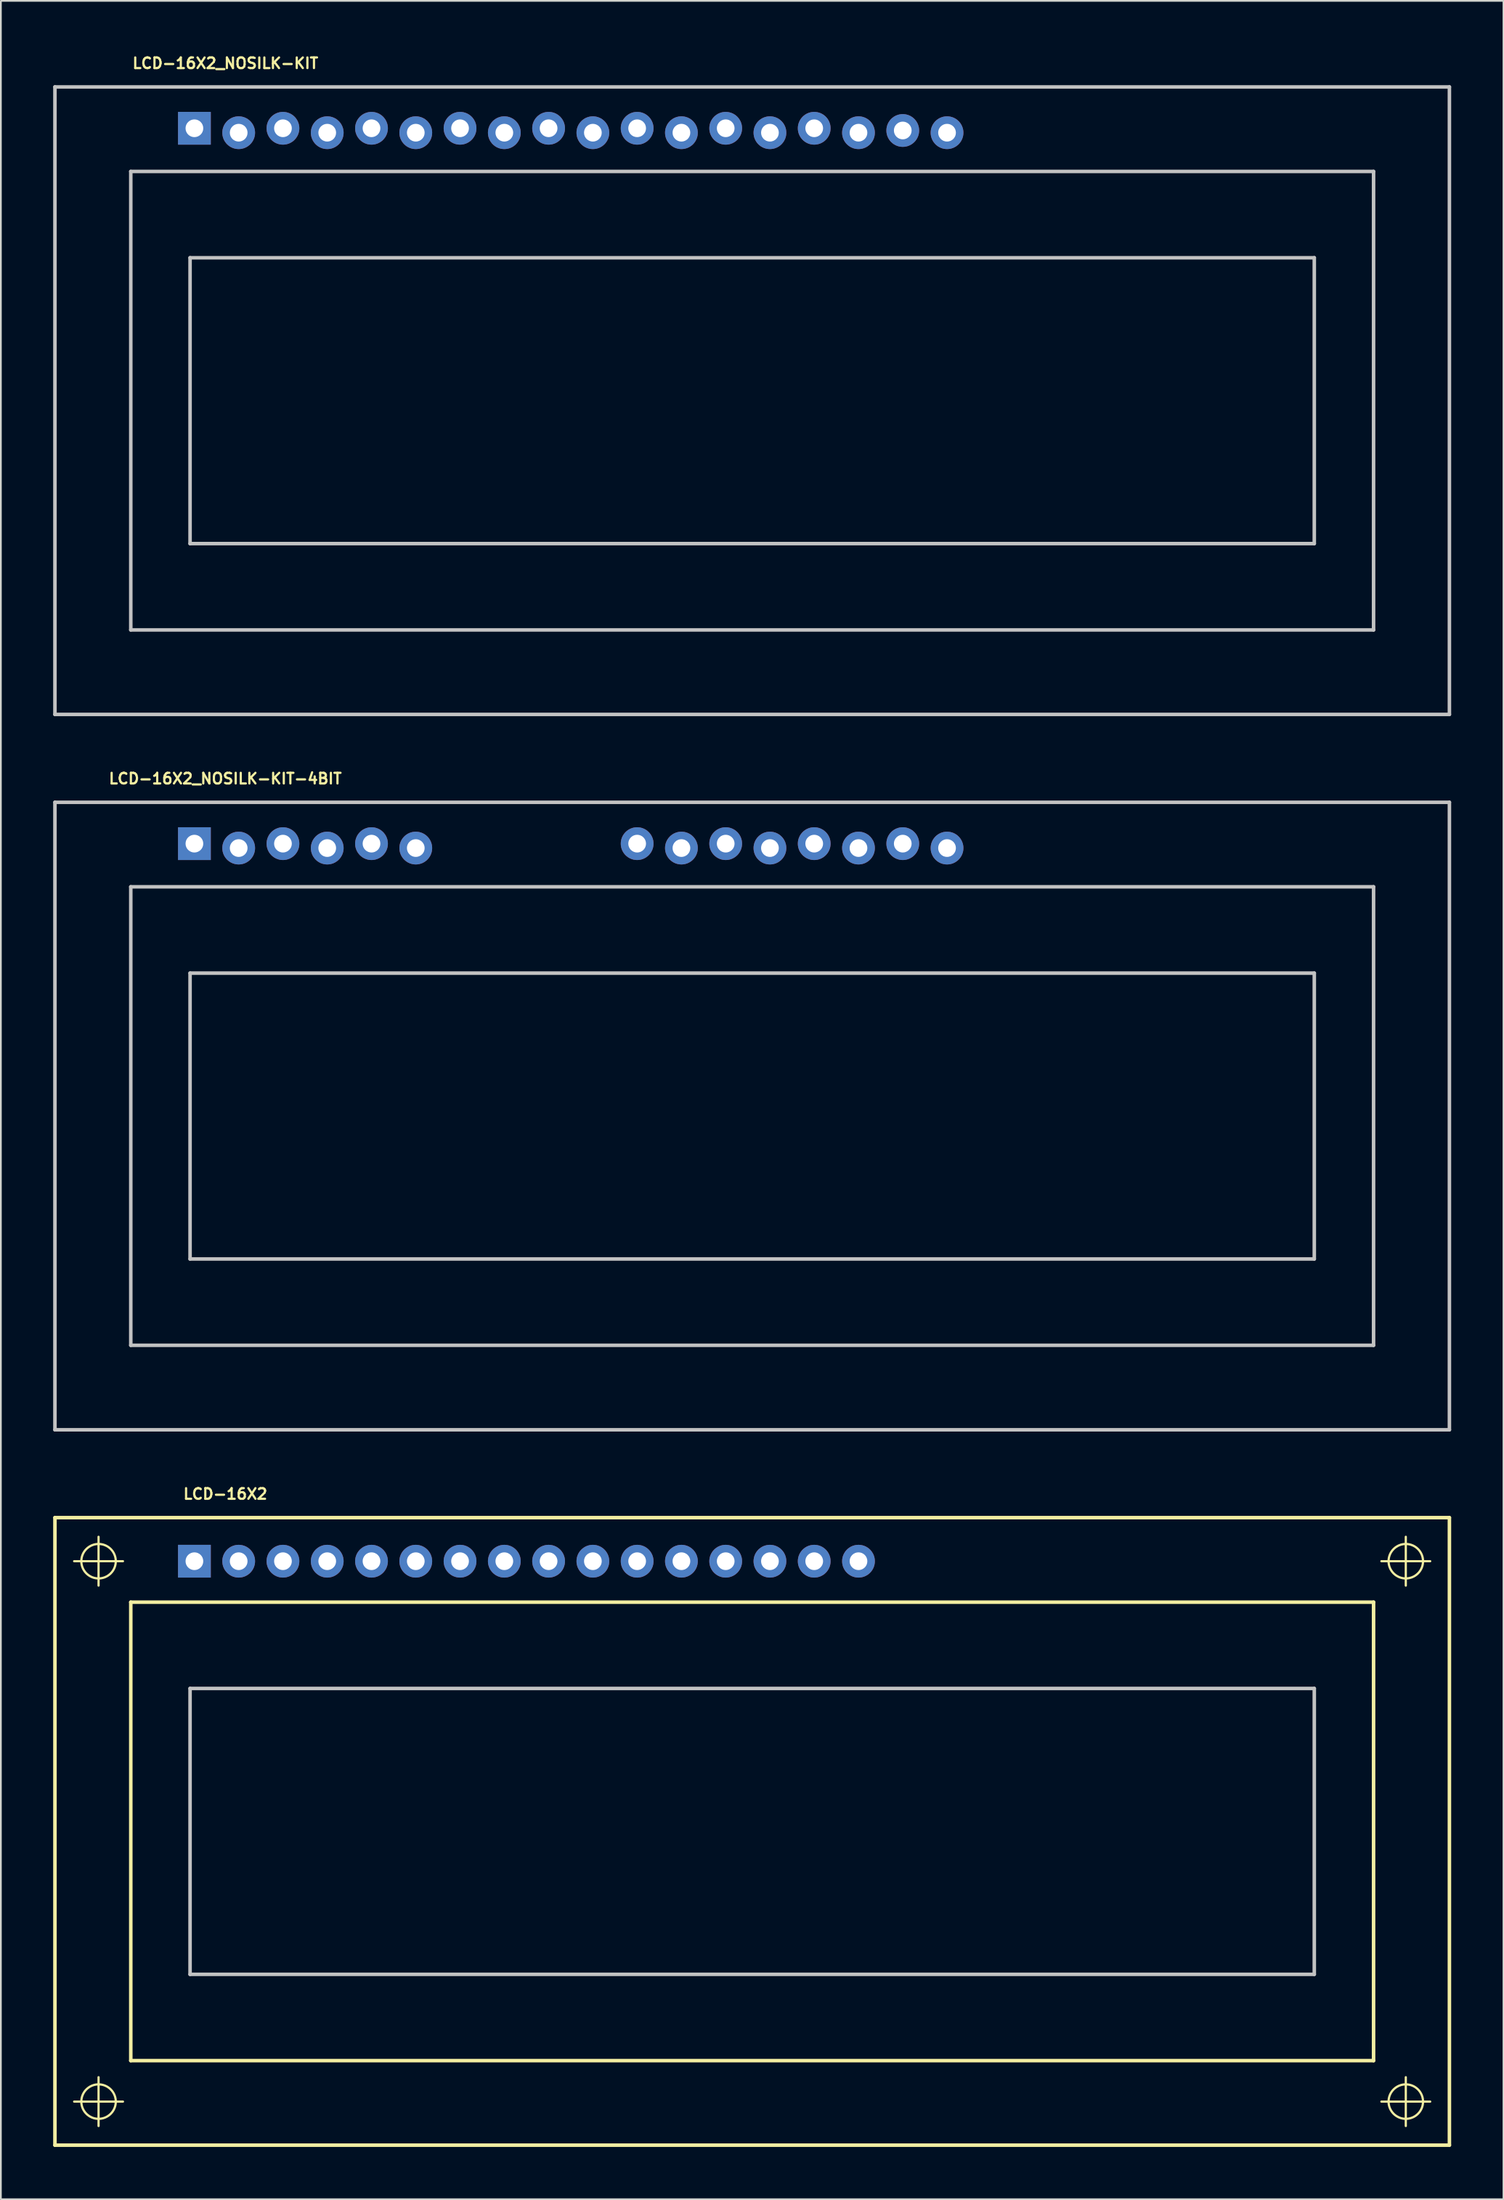
<source format=kicad_pcb>
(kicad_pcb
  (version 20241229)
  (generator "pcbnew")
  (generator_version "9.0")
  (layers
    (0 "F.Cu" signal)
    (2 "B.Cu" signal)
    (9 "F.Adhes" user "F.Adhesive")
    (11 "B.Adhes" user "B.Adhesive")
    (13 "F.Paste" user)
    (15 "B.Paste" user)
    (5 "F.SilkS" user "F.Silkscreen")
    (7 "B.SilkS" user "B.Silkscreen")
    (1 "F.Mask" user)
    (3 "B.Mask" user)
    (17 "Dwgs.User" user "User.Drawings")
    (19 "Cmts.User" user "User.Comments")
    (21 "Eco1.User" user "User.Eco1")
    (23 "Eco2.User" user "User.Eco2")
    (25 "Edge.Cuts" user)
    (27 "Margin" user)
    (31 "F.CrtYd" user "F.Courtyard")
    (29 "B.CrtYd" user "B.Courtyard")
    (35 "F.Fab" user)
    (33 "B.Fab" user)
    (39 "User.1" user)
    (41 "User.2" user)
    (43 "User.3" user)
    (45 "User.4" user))
  (footprint "LCD-16X2_NOSILK-KIT"
    (layer "F.Cu")
    (at 38.832 18.664)
    (property "Reference" "LCD-16X2_NOSILK-KIT" (at -28.953 -18.085 0) (layer "F.SilkS") (effects (font (size 0.61 0.61) (thickness 0.127))))
    (attr exclude_from_pos_files exclude_from_bom)
    (fp_line (start -38.73 -16.728) (end 41.27 -16.728) (stroke (width 0.203) (type solid)) (layer "Dwgs.User"))
    (fp_line (start -38.73 19.268) (end -38.73 -16.728) (stroke (width 0.203) (type solid)) (layer "Dwgs.User"))
    (fp_line (start -34.379 -11.88) (end 36.919 -11.88) (stroke (width 0.203) (type solid)) (layer "Dwgs.User"))
    (fp_line (start -34.379 14.42) (end -34.379 -11.88) (stroke (width 0.203) (type solid)) (layer "Dwgs.User"))
    (fp_line (start -30.978 -6.929) (end 33.518 -6.929) (stroke (width 0.203) (type solid)) (layer "Dwgs.User"))
    (fp_line (start -30.978 9.469) (end -30.978 -6.929) (stroke (width 0.203) (type solid)) (layer "Dwgs.User"))
    (fp_line (start 33.518 -6.929) (end 33.518 9.469) (stroke (width 0.203) (type solid)) (layer "Dwgs.User"))
    (fp_line (start 33.518 9.469) (end -30.978 9.469) (stroke (width 0.203) (type solid)) (layer "Dwgs.User"))
    (fp_line (start 36.919 -11.88) (end 36.919 14.42) (stroke (width 0.203) (type solid)) (layer "Dwgs.User"))
    (fp_line (start 36.919 14.42) (end -34.379 14.42) (stroke (width 0.203) (type solid)) (layer "Dwgs.User"))
    (fp_line (start 41.27 -16.728) (end 41.27 19.268) (stroke (width 0.203) (type solid)) (layer "Dwgs.User"))
    (fp_line (start 41.27 19.268) (end -38.73 19.268) (stroke (width 0.203) (type solid)) (layer "Dwgs.User"))
    (pad "1" thru_hole rect (at -30.729 -14.356) (size 1.88 1.88) (drill 1.016) (layers "*.Cu" "*.Paste" "*.Mask"))
    (pad "2" thru_hole circle (at -28.189 -14.102) (size 1.88 1.88) (drill 1.016) (layers "*.Cu" "*.Paste" "*.Mask"))
    (pad "3" thru_hole circle (at -25.649 -14.356) (size 1.88 1.88) (drill 1.016) (layers "*.Cu" "*.Paste" "*.Mask"))
    (pad "4" thru_hole circle (at -23.109 -14.102) (size 1.88 1.88) (drill 1.016) (layers "*.Cu" "*.Paste" "*.Mask"))
    (pad "5" thru_hole circle (at -20.569 -14.356) (size 1.88 1.88) (drill 1.016) (layers "*.Cu" "*.Paste" "*.Mask"))
    (pad "6" thru_hole circle (at -18.029 -14.102) (size 1.88 1.88) (drill 1.016) (layers "*.Cu" "*.Paste" "*.Mask"))
    (pad "7" thru_hole circle (at -15.489 -14.356) (size 1.88 1.88) (drill 1.016) (layers "*.Cu" "*.Paste" "*.Mask"))
    (pad "8" thru_hole circle (at -12.949 -14.102) (size 1.88 1.88) (drill 1.016) (layers "*.Cu" "*.Paste" "*.Mask"))
    (pad "9" thru_hole circle (at -10.409 -14.356) (size 1.88 1.88) (drill 1.016) (layers "*.Cu" "*.Paste" "*.Mask"))
    (pad "10" thru_hole circle (at -7.869 -14.102) (size 1.88 1.88) (drill 1.016) (layers "*.Cu" "*.Paste" "*.Mask"))
    (pad "11" thru_hole circle (at -5.329 -14.356) (size 1.88 1.88) (drill 1.016) (layers "*.Cu" "*.Paste" "*.Mask"))
    (pad "12" thru_hole circle (at -2.789 -14.102) (size 1.88 1.88) (drill 1.016) (layers "*.Cu" "*.Paste" "*.Mask"))
    (pad "13" thru_hole circle (at -0.249 -14.356) (size 1.88 1.88) (drill 1.016) (layers "*.Cu" "*.Paste" "*.Mask"))
    (pad "14" thru_hole circle (at 2.289 -14.102) (size 1.88 1.88) (drill 1.016) (layers "*.Cu" "*.Paste" "*.Mask"))
    (pad "15" thru_hole circle (at 4.829 -14.356) (size 1.88 1.88) (drill 1.016) (layers "*.Cu" "*.Paste" "*.Mask"))
    (pad "16" thru_hole circle (at 7.369 -14.102) (size 1.88 1.88) (drill 1.016) (layers "*.Cu" "*.Paste" "*.Mask"))
    (pad "17" thru_hole circle (at 9.909 -14.229) (size 1.88 1.88) (drill 1.016) (layers "*.Cu" "*.Paste" "*.Mask"))
    (pad "18" thru_hole circle (at 12.449 -14.102) (size 1.88 1.88) (drill 1.016) (layers "*.Cu" "*.Paste" "*.Mask")))
  (footprint "LCD-16X2_NOSILK-KIT-4BIT"
    (layer "F.Cu")
    (at 40.102 60.969)
    (property "Reference" "LCD-16X2_NOSILK-KIT-4BIT" (at -30.226 -19.355 0) (layer "F.SilkS") (effects (font (size 0.61 0.61) (thickness 0.127))))
    (attr exclude_from_pos_files exclude_from_bom)
    (fp_line (start -40 -17.998) (end 40 -17.998) (stroke (width 0.203) (type solid)) (layer "Dwgs.User"))
    (fp_line (start -40 17.998) (end -40 -17.998) (stroke (width 0.203) (type solid)) (layer "Dwgs.User"))
    (fp_line (start -35.649 -13.15) (end 35.649 -13.15) (stroke (width 0.203) (type solid)) (layer "Dwgs.User"))
    (fp_line (start -35.649 13.15) (end -35.649 -13.15) (stroke (width 0.203) (type solid)) (layer "Dwgs.User"))
    (fp_line (start -32.248 -8.199) (end 32.248 -8.199) (stroke (width 0.203) (type solid)) (layer "Dwgs.User"))
    (fp_line (start -32.248 8.199) (end -32.248 -8.199) (stroke (width 0.203) (type solid)) (layer "Dwgs.User"))
    (fp_line (start 32.248 -8.199) (end 32.248 8.199) (stroke (width 0.203) (type solid)) (layer "Dwgs.User"))
    (fp_line (start 32.248 8.199) (end -32.248 8.199) (stroke (width 0.203) (type solid)) (layer "Dwgs.User"))
    (fp_line (start 35.649 -13.15) (end 35.649 13.15) (stroke (width 0.203) (type solid)) (layer "Dwgs.User"))
    (fp_line (start 35.649 13.15) (end -35.649 13.15) (stroke (width 0.203) (type solid)) (layer "Dwgs.User"))
    (fp_line (start 40 -17.998) (end 40 17.998) (stroke (width 0.203) (type solid)) (layer "Dwgs.User"))
    (fp_line (start 40 17.998) (end -40 17.998) (stroke (width 0.203) (type solid)) (layer "Dwgs.User"))
    (pad "1" thru_hole rect (at -31.999 -15.626) (size 1.88 1.88) (drill 1.016) (layers "*.Cu" "*.Paste" "*.Mask"))
    (pad "2" thru_hole circle (at -29.459 -15.372) (size 1.88 1.88) (drill 1.016) (layers "*.Cu" "*.Paste" "*.Mask"))
    (pad "3" thru_hole circle (at -26.919 -15.626) (size 1.88 1.88) (drill 1.016) (layers "*.Cu" "*.Paste" "*.Mask"))
    (pad "4" thru_hole circle (at -24.379 -15.372) (size 1.88 1.88) (drill 1.016) (layers "*.Cu" "*.Paste" "*.Mask"))
    (pad "5" thru_hole circle (at -21.839 -15.626) (size 1.88 1.88) (drill 1.016) (layers "*.Cu" "*.Paste" "*.Mask"))
    (pad "6" thru_hole circle (at -19.299 -15.372) (size 1.88 1.88) (drill 1.016) (layers "*.Cu" "*.Paste" "*.Mask"))
    (pad "11" thru_hole circle (at -6.599 -15.626) (size 1.88 1.88) (drill 1.016) (layers "*.Cu" "*.Paste" "*.Mask"))
    (pad "12" thru_hole circle (at -4.059 -15.372) (size 1.88 1.88) (drill 1.016) (layers "*.Cu" "*.Paste" "*.Mask"))
    (pad "13" thru_hole circle (at -1.519 -15.626) (size 1.88 1.88) (drill 1.016) (layers "*.Cu" "*.Paste" "*.Mask"))
    (pad "14" thru_hole circle (at 1.019 -15.372) (size 1.88 1.88) (drill 1.016) (layers "*.Cu" "*.Paste" "*.Mask"))
    (pad "15" thru_hole circle (at 3.559 -15.626) (size 1.88 1.88) (drill 1.016) (layers "*.Cu" "*.Paste" "*.Mask"))
    (pad "16" thru_hole circle (at 6.099 -15.372) (size 1.88 1.88) (drill 1.016) (layers "*.Cu" "*.Paste" "*.Mask"))
    (pad "17" thru_hole circle (at 8.639 -15.626) (size 1.88 1.88) (drill 1.016) (layers "*.Cu" "*.Paste" "*.Mask"))
    (pad "18" thru_hole circle (at 11.179 -15.372) (size 1.88 1.88) (drill 1.016) (layers "*.Cu" "*.Paste" "*.Mask")))
  (footprint "LCD-16X2"
    (layer "F.Cu")
    (at 40.102 102.003)
    (property "Reference" "LCD-16X2" (at -30.226 -19.355 0) (layer "F.SilkS") (effects (font (size 0.61 0.61) (thickness 0.127))))
    (attr exclude_from_pos_files exclude_from_bom)
    (fp_line (start -40 -17.998) (end 40 -17.998) (stroke (width 0.203) (type solid)) (layer "F.SilkS"))
    (fp_line (start -40 17.998) (end -40 -17.998) (stroke (width 0.203) (type solid)) (layer "F.SilkS"))
    (fp_line (start -38.898 -15.499) (end -36.098 -15.499) (stroke (width 0.127) (type solid)) (layer "F.SilkS"))
    (fp_line (start -38.898 15.499) (end -36.098 15.499) (stroke (width 0.127) (type solid)) (layer "F.SilkS"))
    (fp_line (start -37.498 -14.1) (end -37.498 -16.899) (stroke (width 0.127) (type solid)) (layer "F.SilkS"))
    (fp_line (start -37.498 16.899) (end -37.498 14.1) (stroke (width 0.127) (type solid)) (layer "F.SilkS"))
    (fp_line (start -35.649 -13.15) (end 35.649 -13.15) (stroke (width 0.203) (type solid)) (layer "F.SilkS"))
    (fp_line (start -35.649 13.15) (end -35.649 -13.15) (stroke (width 0.203) (type solid)) (layer "F.SilkS"))
    (fp_line (start 35.649 -13.15) (end 35.649 13.15) (stroke (width 0.203) (type solid)) (layer "F.SilkS"))
    (fp_line (start 35.649 13.15) (end -35.649 13.15) (stroke (width 0.203) (type solid)) (layer "F.SilkS"))
    (fp_line (start 36.098 -15.499) (end 38.898 -15.499) (stroke (width 0.127) (type solid)) (layer "F.SilkS"))
    (fp_line (start 36.098 15.499) (end 38.898 15.499) (stroke (width 0.127) (type solid)) (layer "F.SilkS"))
    (fp_line (start 37.498 -14.1) (end 37.498 -16.899) (stroke (width 0.127) (type solid)) (layer "F.SilkS"))
    (fp_line (start 37.498 16.899) (end 37.498 14.1) (stroke (width 0.127) (type solid)) (layer "F.SilkS"))
    (fp_line (start 40 -17.998) (end 40 17.998) (stroke (width 0.203) (type solid)) (layer "F.SilkS"))
    (fp_line (start 40 17.998) (end -40 17.998) (stroke (width 0.203) (type solid)) (layer "F.SilkS"))
    (fp_circle (center -37.498 -15.499) (end -38.197 -16.198) (stroke (width 0.127) (type solid)) (fill no) (layer "F.SilkS"))
    (fp_circle (center -37.498 15.499) (end -38.197 16.198) (stroke (width 0.127) (type solid)) (fill no) (layer "F.SilkS"))
    (fp_circle (center 37.498 -15.499) (end 38.197 -16.198) (stroke (width 0.127) (type solid)) (fill no) (layer "F.SilkS"))
    (fp_circle (center 37.498 15.499) (end 38.197 16.198) (stroke (width 0.127) (type solid)) (fill no) (layer "F.SilkS"))
    (fp_line (start -32.248 -8.199) (end 32.248 -8.199) (stroke (width 0.203) (type solid)) (layer "Dwgs.User"))
    (fp_line (start -32.248 8.199) (end -32.248 -8.199) (stroke (width 0.203) (type solid)) (layer "Dwgs.User"))
    (fp_line (start 32.248 -8.199) (end 32.248 8.199) (stroke (width 0.203) (type solid)) (layer "Dwgs.User"))
    (fp_line (start 32.248 8.199) (end -32.248 8.199) (stroke (width 0.203) (type solid)) (layer "Dwgs.User"))
    (pad "1" thru_hole rect (at -31.999 -15.499) (size 1.88 1.88) (drill 1.016) (layers "*.Cu" "*.Paste" "*.Mask"))
    (pad "2" thru_hole circle (at -29.459 -15.499) (size 1.88 1.88) (drill 1.016) (layers "*.Cu" "*.Paste" "*.Mask"))
    (pad "3" thru_hole circle (at -26.919 -15.499) (size 1.88 1.88) (drill 1.016) (layers "*.Cu" "*.Paste" "*.Mask"))
    (pad "4" thru_hole circle (at -24.379 -15.499) (size 1.88 1.88) (drill 1.016) (layers "*.Cu" "*.Paste" "*.Mask"))
    (pad "5" thru_hole circle (at -21.839 -15.499) (size 1.88 1.88) (drill 1.016) (layers "*.Cu" "*.Paste" "*.Mask"))
    (pad "6" thru_hole circle (at -19.299 -15.499) (size 1.88 1.88) (drill 1.016) (layers "*.Cu" "*.Paste" "*.Mask"))
    (pad "7" thru_hole circle (at -16.759 -15.499) (size 1.88 1.88) (drill 1.016) (layers "*.Cu" "*.Paste" "*.Mask"))
    (pad "8" thru_hole circle (at -14.219 -15.499) (size 1.88 1.88) (drill 1.016) (layers "*.Cu" "*.Paste" "*.Mask"))
    (pad "9" thru_hole circle (at -11.679 -15.499) (size 1.88 1.88) (drill 1.016) (layers "*.Cu" "*.Paste" "*.Mask"))
    (pad "10" thru_hole circle (at -9.139 -15.499) (size 1.88 1.88) (drill 1.016) (layers "*.Cu" "*.Paste" "*.Mask"))
    (pad "11" thru_hole circle (at -6.599 -15.499) (size 1.88 1.88) (drill 1.016) (layers "*.Cu" "*.Paste" "*.Mask"))
    (pad "12" thru_hole circle (at -4.059 -15.499) (size 1.88 1.88) (drill 1.016) (layers "*.Cu" "*.Paste" "*.Mask"))
    (pad "13" thru_hole circle (at -1.519 -15.499) (size 1.88 1.88) (drill 1.016) (layers "*.Cu" "*.Paste" "*.Mask"))
    (pad "14" thru_hole circle (at 1.019 -15.499) (size 1.88 1.88) (drill 1.016) (layers "*.Cu" "*.Paste" "*.Mask"))
    (pad "15" thru_hole circle (at 3.559 -15.499) (size 1.88 1.88) (drill 1.016) (layers "*.Cu" "*.Paste" "*.Mask"))
    (pad "16" thru_hole circle (at 6.099 -15.499) (size 1.88 1.88) (drill 1.016) (layers "*.Cu" "*.Paste" "*.Mask")))
  (gr_rect
    (start -3 -3)
    (end 83.203 123.103)
    (stroke (width 0.1) (type default))
    (fill no)
    (layer "Edge.Cuts")))
</source>
